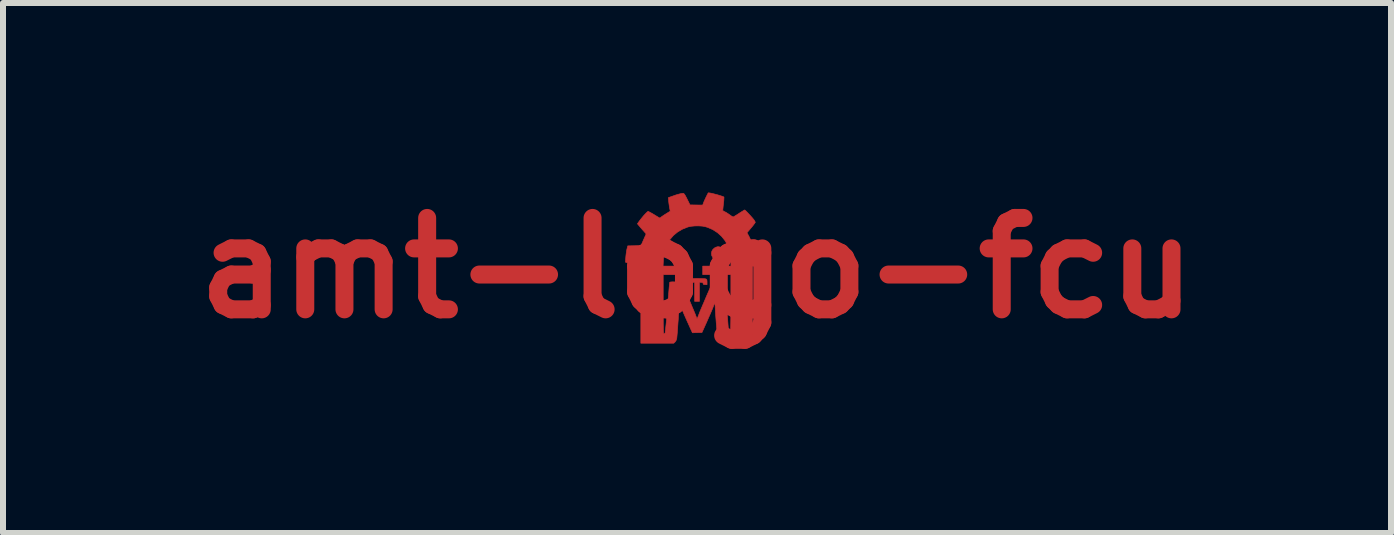
<source format=kicad_pcb>
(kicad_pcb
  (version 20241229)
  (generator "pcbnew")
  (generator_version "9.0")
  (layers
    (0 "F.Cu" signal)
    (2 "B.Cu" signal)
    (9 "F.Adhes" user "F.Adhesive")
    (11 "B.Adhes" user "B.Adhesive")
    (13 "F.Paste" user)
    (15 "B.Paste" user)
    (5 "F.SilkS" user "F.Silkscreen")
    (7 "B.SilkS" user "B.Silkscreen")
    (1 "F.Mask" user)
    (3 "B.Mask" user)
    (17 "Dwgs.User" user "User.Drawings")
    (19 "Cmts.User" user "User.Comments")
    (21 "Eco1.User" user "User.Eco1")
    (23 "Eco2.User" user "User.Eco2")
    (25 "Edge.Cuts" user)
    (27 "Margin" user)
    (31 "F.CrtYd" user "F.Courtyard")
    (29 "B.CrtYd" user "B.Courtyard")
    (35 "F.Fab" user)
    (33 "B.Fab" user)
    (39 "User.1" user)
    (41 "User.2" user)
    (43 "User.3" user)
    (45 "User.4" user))
  (footprint "amt-logo-fcu"
    (layer "F.Cu")
    (at 8.571 1.418)
    (property "Reference" "amt-logo-fcu" (at 0 0 0) (layer "F.Cu") (effects (font (size 1.524 1.524) (thickness 0.3))))
    (attr through_hole)
    (fp_poly (pts (xy -0.324 -0.352) (xy -0.29 -0.337) (xy -0.262 -0.311) (xy -0.244 -0.278) (xy -0.238 -0.242) (xy -0.245 -0.202) (xy -0.264 -0.169) (xy -0.293 -0.145) (xy -0.328 -0.132) (xy -0.367 -0.131) (xy -0.402 -0.142) (xy -0.434 -0.164) (xy -0.454 -0.195) (xy -0.464 -0.23) (xy -0.462 -0.266) (xy -0.449 -0.3) (xy -0.425 -0.329) (xy -0.401 -0.345) (xy -0.362 -0.355) (xy -0.324 -0.352)) (stroke (width 0.01) (type solid)) (fill yes) (layer "F.Cu"))
    (fp_poly (pts (xy 0.383 -0.35) (xy 0.421 -0.331) (xy 0.449 -0.302) (xy 0.464 -0.266) (xy 0.466 -0.224) (xy 0.465 -0.218) (xy 0.451 -0.182) (xy 0.426 -0.153) (xy 0.393 -0.135) (xy 0.357 -0.127) (xy 0.319 -0.132) (xy 0.293 -0.145) (xy 0.263 -0.173) (xy 0.245 -0.207) (xy 0.24 -0.244) (xy 0.247 -0.28) (xy 0.266 -0.312) (xy 0.296 -0.337) (xy 0.314 -0.346) (xy 0.339 -0.354) (xy 0.359 -0.355) (xy 0.383 -0.35)) (stroke (width 0.01) (type solid)) (fill yes) (layer "F.Cu"))
    (fp_poly (pts (xy 0.023 0.175) (xy 0.065 0.176) (xy 0.102 0.177) (xy 0.131 0.179) (xy 0.146 0.182) (xy 0.158 0.188) (xy 0.164 0.198) (xy 0.166 0.216) (xy 0.167 0.234) (xy 0.167 0.278) (xy 0.135 0.278) (xy 0.115 0.276) (xy 0.105 0.27) (xy 0.102 0.26) (xy 0.097 0.247) (xy 0.083 0.241) (xy 0.069 0.24) (xy 0.04 0.237) (xy 0.04 0.556) (xy -0.04 0.556) (xy -0.04 0.237) (xy -0.069 0.24) (xy -0.09 0.243) (xy -0.1 0.252) (xy -0.102 0.26) (xy -0.106 0.272) (xy -0.117 0.277) (xy -0.135 0.278) (xy -0.167 0.278) (xy -0.167 0.234) (xy -0.166 0.208) (xy -0.163 0.194) (xy -0.155 0.186) (xy -0.146 0.182) (xy -0.13 0.179) (xy -0.102 0.177) (xy -0.064 0.176) (xy -0.022 0.175) (xy 0.023 0.175)) (stroke (width 0.01) (type solid)) (fill yes) (layer "F.Cu"))
    (fp_poly (pts (xy 0.218 -1.25) (xy 0.249 -1.244) (xy 0.285 -1.235) (xy 0.324 -1.225) (xy 0.362 -1.214) (xy 0.397 -1.203) (xy 0.425 -1.194) (xy 0.444 -1.186) (xy 0.449 -1.182) (xy 0.449 -1.172) (xy 0.448 -1.15) (xy 0.446 -1.118) (xy 0.442 -1.079) (xy 0.441 -1.071) (xy 0.436 -1.032) (xy 0.433 -0.998) (xy 0.43 -0.974) (xy 0.429 -0.961) (xy 0.429 -0.96) (xy 0.435 -0.953) (xy 0.452 -0.943) (xy 0.462 -0.938) (xy 0.486 -0.926) (xy 0.515 -0.907) (xy 0.545 -0.887) (xy 0.546 -0.886) (xy 0.571 -0.868) (xy 0.592 -0.856) (xy 0.605 -0.852) (xy 0.606 -0.852) (xy 0.616 -0.857) (xy 0.636 -0.87) (xy 0.664 -0.887) (xy 0.697 -0.908) (xy 0.702 -0.912) (xy 0.735 -0.933) (xy 0.763 -0.95) (xy 0.783 -0.963) (xy 0.794 -0.968) (xy 0.794 -0.968) (xy 0.802 -0.963) (xy 0.818 -0.948) (xy 0.84 -0.926) (xy 0.865 -0.899) (xy 0.891 -0.871) (xy 0.916 -0.843) (xy 0.937 -0.818) (xy 0.944 -0.81) (xy 0.959 -0.788) (xy 0.969 -0.769) (xy 0.971 -0.759) (xy 0.959 -0.742) (xy 0.939 -0.715) (xy 0.914 -0.683) (xy 0.885 -0.649) (xy 0.875 -0.637) (xy 0.833 -0.588) (xy 0.856 -0.546) (xy 0.872 -0.516) (xy 0.889 -0.479) (xy 0.901 -0.45) (xy 0.923 -0.396) (xy 0.991 -0.401) (xy 1.03 -0.403) (xy 1.07 -0.402) (xy 1.103 -0.4) (xy 1.107 -0.399) (xy 1.155 -0.393) (xy 1.173 -0.294) (xy 1.18 -0.252) (xy 1.185 -0.213) (xy 1.188 -0.181) (xy 1.189 -0.16) (xy 1.187 -0.125) (xy 1.127 -0.101) (xy 1.091 -0.087) (xy 1.047 -0.07) (xy 1.005 -0.055) (xy 0.996 -0.051) (xy 0.925 -0.025) (xy 0.923 0.614) (xy 0.921 1.254) (xy 0.658 1.254) (xy 0.581 1.254) (xy 0.514 1.253) (xy 0.46 1.252) (xy 0.419 1.25) (xy 0.392 1.248) (xy 0.381 1.246) (xy 0.371 1.24) (xy 0.363 1.231) (xy 0.356 1.219) (xy 0.351 1.201) (xy 0.346 1.176) (xy 0.341 1.142) (xy 0.336 1.097) (xy 0.331 1.041) (xy 0.325 0.972) (xy 0.322 0.934) (xy 0.317 0.869) (xy 0.312 0.806) (xy 0.308 0.749) (xy 0.305 0.698) (xy 0.303 0.658) (xy 0.302 0.63) (xy 0.301 0.621) (xy 0.301 0.568) (xy 0.27 0.647) (xy 0.258 0.678) (xy 0.24 0.72) (xy 0.219 0.769) (xy 0.195 0.823) (xy 0.171 0.878) (xy 0.161 0.901) (xy 0.082 1.076) (xy 0.003 1.078) (xy -0.077 1.08) (xy -0.087 1.058) (xy -0.113 1.002) (xy -0.14 0.941) (xy -0.168 0.88) (xy -0.195 0.819) (xy -0.22 0.762) (xy -0.242 0.711) (xy -0.259 0.669) (xy -0.272 0.638) (xy -0.274 0.631) (xy -0.301 0.56) (xy -0.301 0.628) (xy -0.302 0.654) (xy -0.304 0.692) (xy -0.306 0.741) (xy -0.31 0.797) (xy -0.313 0.857) (xy -0.318 0.919) (xy -0.322 0.981) (xy -0.326 1.039) (xy -0.33 1.09) (xy -0.334 1.133) (xy -0.337 1.164) (xy -0.338 1.174) (xy -0.35 1.211) (xy -0.365 1.232) (xy -0.388 1.254) (xy -0.937 1.254) (xy -0.937 0.613) (xy -0.937 -0.028) (xy -0.955 -0.032) (xy -0.566 -0.032) (xy -0.079 -0.032) (xy -0.079 0.111) (xy -0.564 0.111) (xy -0.564 0.603) (xy -0.564 0.706) (xy -0.563 0.794) (xy -0.563 0.868) (xy -0.563 0.929) (xy -0.562 0.979) (xy -0.561 1.018) (xy -0.56 1.048) (xy -0.559 1.07) (xy -0.557 1.084) (xy -0.555 1.092) (xy -0.553 1.095) (xy -0.553 1.095) (xy -0.538 1.09) (xy -0.533 1.085) (xy -0.531 1.076) (xy -0.528 1.052) (xy -0.524 1.015) (xy -0.519 0.967) (xy -0.513 0.909) (xy -0.507 0.843) (xy -0.501 0.77) (xy -0.495 0.692) (xy -0.492 0.663) (xy -0.486 0.583) (xy -0.48 0.508) (xy -0.474 0.439) (xy -0.469 0.378) (xy -0.465 0.327) (xy -0.461 0.286) (xy -0.458 0.257) (xy -0.456 0.242) (xy -0.456 0.24) (xy -0.45 0.235) (xy -0.436 0.233) (xy -0.41 0.231) (xy -0.371 0.232) (xy -0.356 0.232) (xy -0.259 0.234) (xy -0.161 0.46) (xy -0.118 0.559) (xy -0.083 0.643) (xy -0.053 0.714) (xy -0.029 0.772) (xy -0.012 0.817) (xy -0.004 0.837) (xy -0.000411 0.842) (xy 0.005 0.835) (xy 0.014 0.817) (xy 0.026 0.785) (xy 0.028 0.782) (xy 0.037 0.757) (xy 0.052 0.719) (xy 0.072 0.672) (xy 0.095 0.618) (xy 0.12 0.56) (xy 0.146 0.498) (xy 0.157 0.472) (xy 0.261 0.234) (xy 0.354 0.232) (xy 0.391 0.232) (xy 0.422 0.232) (xy 0.444 0.234) (xy 0.454 0.236) (xy 0.455 0.245) (xy 0.458 0.267) (xy 0.462 0.302) (xy 0.466 0.347) (xy 0.471 0.401) (xy 0.476 0.461) (xy 0.482 0.527) (xy 0.488 0.595) (xy 0.494 0.665) (xy 0.5 0.735) (xy 0.506 0.802) (xy 0.511 0.864) (xy 0.515 0.921) (xy 0.519 0.97) (xy 0.522 1.01) (xy 0.523 1.038) (xy 0.524 1.051) (xy 0.529 1.071) (xy 0.541 1.087) (xy 0.555 1.095) (xy 0.556 1.095) (xy 0.558 1.088) (xy 0.559 1.065) (xy 0.56 1.028) (xy 0.561 0.978) (xy 0.562 0.915) (xy 0.563 0.841) (xy 0.563 0.756) (xy 0.564 0.662) (xy 0.564 0.603) (xy 0.564 0.111) (xy 0.095 0.111) (xy 0.095 -0.032) (xy 0.566 -0.032) (xy 0.561 -0.137) (xy 0.558 -0.181) (xy 0.554 -0.225) (xy 0.549 -0.263) (xy 0.544 -0.289) (xy 0.544 -0.29) (xy 0.512 -0.377) (xy 0.467 -0.456) (xy 0.409 -0.528) (xy 0.341 -0.589) (xy 0.264 -0.639) (xy 0.179 -0.676) (xy 0.143 -0.687) (xy 0.089 -0.698) (xy 0.026 -0.702) (xy -0.039 -0.701) (xy -0.1 -0.695) (xy -0.151 -0.684) (xy -0.242 -0.648) (xy -0.324 -0.6) (xy -0.395 -0.541) (xy -0.455 -0.471) (xy -0.496 -0.405) (xy -0.523 -0.345) (xy -0.542 -0.28) (xy -0.555 -0.208) (xy -0.561 -0.133) (xy -0.566 -0.032) (xy -0.955 -0.032) (xy -0.986 -0.038) (xy -1.016 -0.044) (xy -1.055 -0.054) (xy -1.096 -0.066) (xy -1.114 -0.072) (xy -1.193 -0.097) (xy -1.188 -0.177) (xy -1.184 -0.219) (xy -1.178 -0.263) (xy -1.172 -0.301) (xy -1.169 -0.314) (xy -1.155 -0.369) (xy -1.042 -0.371) (xy -0.996 -0.373) (xy -0.961 -0.375) (xy -0.938 -0.378) (xy -0.929 -0.381) (xy -0.929 -0.381) (xy -0.926 -0.391) (xy -0.917 -0.413) (xy -0.904 -0.442) (xy -0.889 -0.476) (xy -0.874 -0.51) (xy -0.861 -0.539) (xy -0.853 -0.559) (xy -0.849 -0.567) (xy -0.849 -0.567) (xy -0.854 -0.575) (xy -0.868 -0.591) (xy -0.886 -0.612) (xy -0.891 -0.617) (xy -0.917 -0.646) (xy -0.943 -0.676) (xy -0.963 -0.7) (xy -0.994 -0.737) (xy -0.958 -0.788) (xy -0.936 -0.816) (xy -0.912 -0.846) (xy -0.886 -0.877) (xy -0.861 -0.904) (xy -0.839 -0.926) (xy -0.823 -0.94) (xy -0.816 -0.945) (xy -0.807 -0.941) (xy -0.787 -0.93) (xy -0.759 -0.915) (xy -0.726 -0.896) (xy -0.692 -0.875) (xy -0.659 -0.855) (xy -0.641 -0.844) (xy -0.626 -0.835) (xy -0.615 -0.836) (xy -0.602 -0.846) (xy -0.587 -0.858) (xy -0.563 -0.874) (xy -0.533 -0.894) (xy -0.515 -0.905) (xy -0.447 -0.947) (xy -0.457 -0.999) (xy -0.463 -1.036) (xy -0.469 -1.078) (xy -0.473 -1.112) (xy -0.478 -1.173) (xy -0.408 -1.198) (xy -0.351 -1.218) (xy -0.302 -1.232) (xy -0.263 -1.242) (xy -0.236 -1.245) (xy -0.228 -1.245) (xy -0.219 -1.24) (xy -0.208 -1.227) (xy -0.194 -1.205) (xy -0.176 -1.171) (xy -0.164 -1.147) (xy -0.117 -1.052) (xy 0.094 -1.049) (xy 0.108 -1.086) (xy 0.115 -1.105) (xy 0.127 -1.131) (xy 0.141 -1.162) (xy 0.156 -1.193) (xy 0.17 -1.221) (xy 0.181 -1.242) (xy 0.187 -1.253) (xy 0.187 -1.253) (xy 0.196 -1.253) (xy 0.218 -1.25)) (stroke (width 0.01) (type solid)) (fill yes) (layer "F.Cu")))
  (gr_rect
    (start -3 -3)
    (end 20.141 5.836)
    (stroke (width 0.1) (type default))
    (fill no)
    (layer "Edge.Cuts")))
</source>
